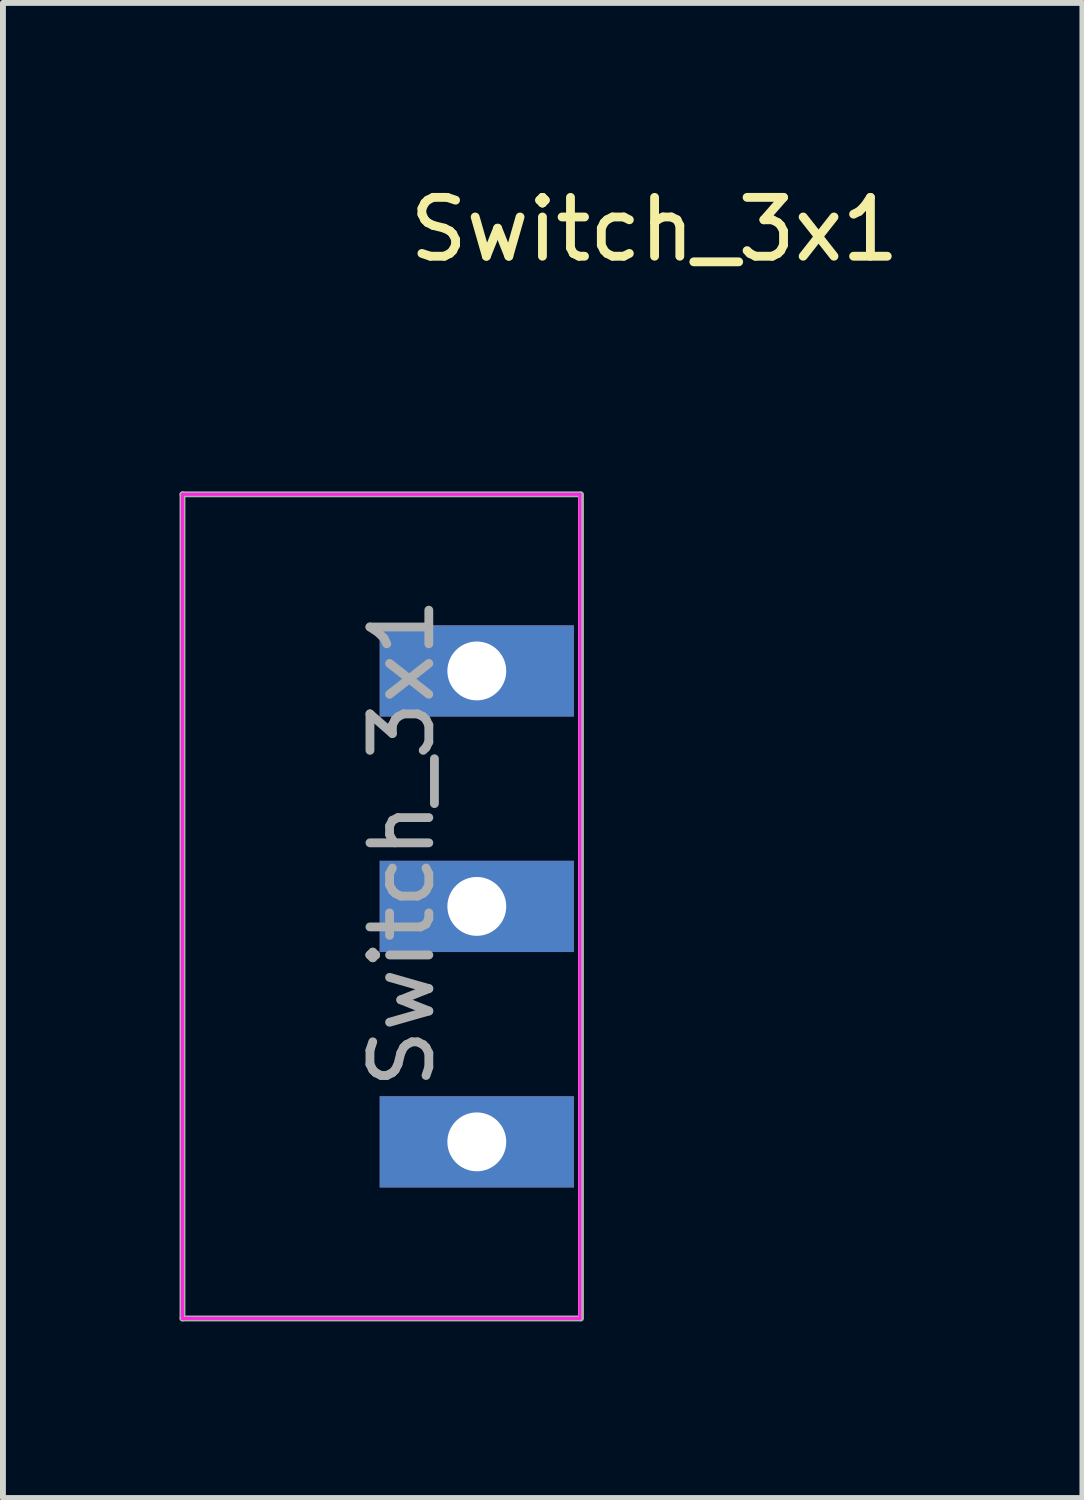
<source format=kicad_pcb>
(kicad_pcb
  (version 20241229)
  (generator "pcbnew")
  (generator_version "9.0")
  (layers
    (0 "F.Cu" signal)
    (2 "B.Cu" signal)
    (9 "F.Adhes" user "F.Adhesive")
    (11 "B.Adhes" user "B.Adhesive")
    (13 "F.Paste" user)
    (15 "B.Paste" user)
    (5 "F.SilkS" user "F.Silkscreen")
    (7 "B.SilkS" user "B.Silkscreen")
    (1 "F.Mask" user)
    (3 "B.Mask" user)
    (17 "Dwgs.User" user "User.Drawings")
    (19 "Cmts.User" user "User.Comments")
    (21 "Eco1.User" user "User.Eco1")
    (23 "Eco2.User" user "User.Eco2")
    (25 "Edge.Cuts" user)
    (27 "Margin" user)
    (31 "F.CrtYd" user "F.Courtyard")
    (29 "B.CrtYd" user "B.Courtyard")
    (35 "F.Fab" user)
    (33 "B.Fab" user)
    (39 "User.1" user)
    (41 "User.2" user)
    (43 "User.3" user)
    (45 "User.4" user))
  (footprint "Switch_3x1"
    (layer "F.Cu")
    (at 6.8 5.348)
    (property "Reference" "Switch_3x1" (at 1.27 -4.5 0) (layer "F.SilkS") (effects (font (size 1 1) (thickness 0.15))))
    (attr through_hole)
    (fp_line (start -6.75 0) (end -6.75 14) (stroke (width 0.05) (type solid)) (layer "F.SilkS"))
    (fp_line (start -6.75 0) (end 0 0) (stroke (width 0.05) (type solid)) (layer "F.SilkS"))
    (fp_line (start -6.75 14) (end 0 14) (stroke (width 0.05) (type solid)) (layer "F.SilkS"))
    (fp_line (start 0 14) (end 0 0) (stroke (width 0.05) (type solid)) (layer "F.SilkS"))
    (fp_line (start -6.75 0) (end -6.75 14) (stroke (width 0.05) (type solid)) (layer "F.CrtYd"))
    (fp_line (start -6.75 0) (end 0 0) (stroke (width 0.05) (type solid)) (layer "F.CrtYd"))
    (fp_line (start -6.75 14) (end 0 14) (stroke (width 0.05) (type solid)) (layer "F.CrtYd"))
    (fp_line (start 0 14) (end 0 0) (stroke (width 0.05) (type solid)) (layer "F.CrtYd"))
    (fp_line (start -6.75 0) (end -6.75 14) (stroke (width 0.1) (type solid)) (layer "F.Fab"))
    (fp_line (start 0 0) (end -6.75 0) (stroke (width 0.1) (type solid)) (layer "F.Fab"))
    (fp_line (start 0 14) (end -6.75 14) (stroke (width 0.1) (type solid)) (layer "F.Fab"))
    (fp_line (start 0.02 0) (end 0.02 14) (stroke (width 0.1) (type solid)) (layer "F.Fab"))
    (fp_text user "${REFERENCE}" (at -3.02 5.92 270) (layer "F.Fab") (effects (font (size 1 1) (thickness 0.15))))
    (pad "1" thru_hole rect (at -1.75 11 180) (size 3.3 1.55) (drill 1) (layers "*.Cu" "*.Mask"))
    (pad "2" thru_hole rect (at -1.75 7 180) (size 3.3 1.55) (drill 1) (layers "*.Cu" "*.Mask"))
    (pad "3" thru_hole rect (at -1.75 3 180) (size 3.3 1.55) (drill 1) (layers "*.Cu" "*.Mask")))
  (gr_rect
    (start -3 -3)
    (end 15.338 22.398)
    (stroke (width 0.1) (type default))
    (fill no)
    (layer "Edge.Cuts")))
</source>
